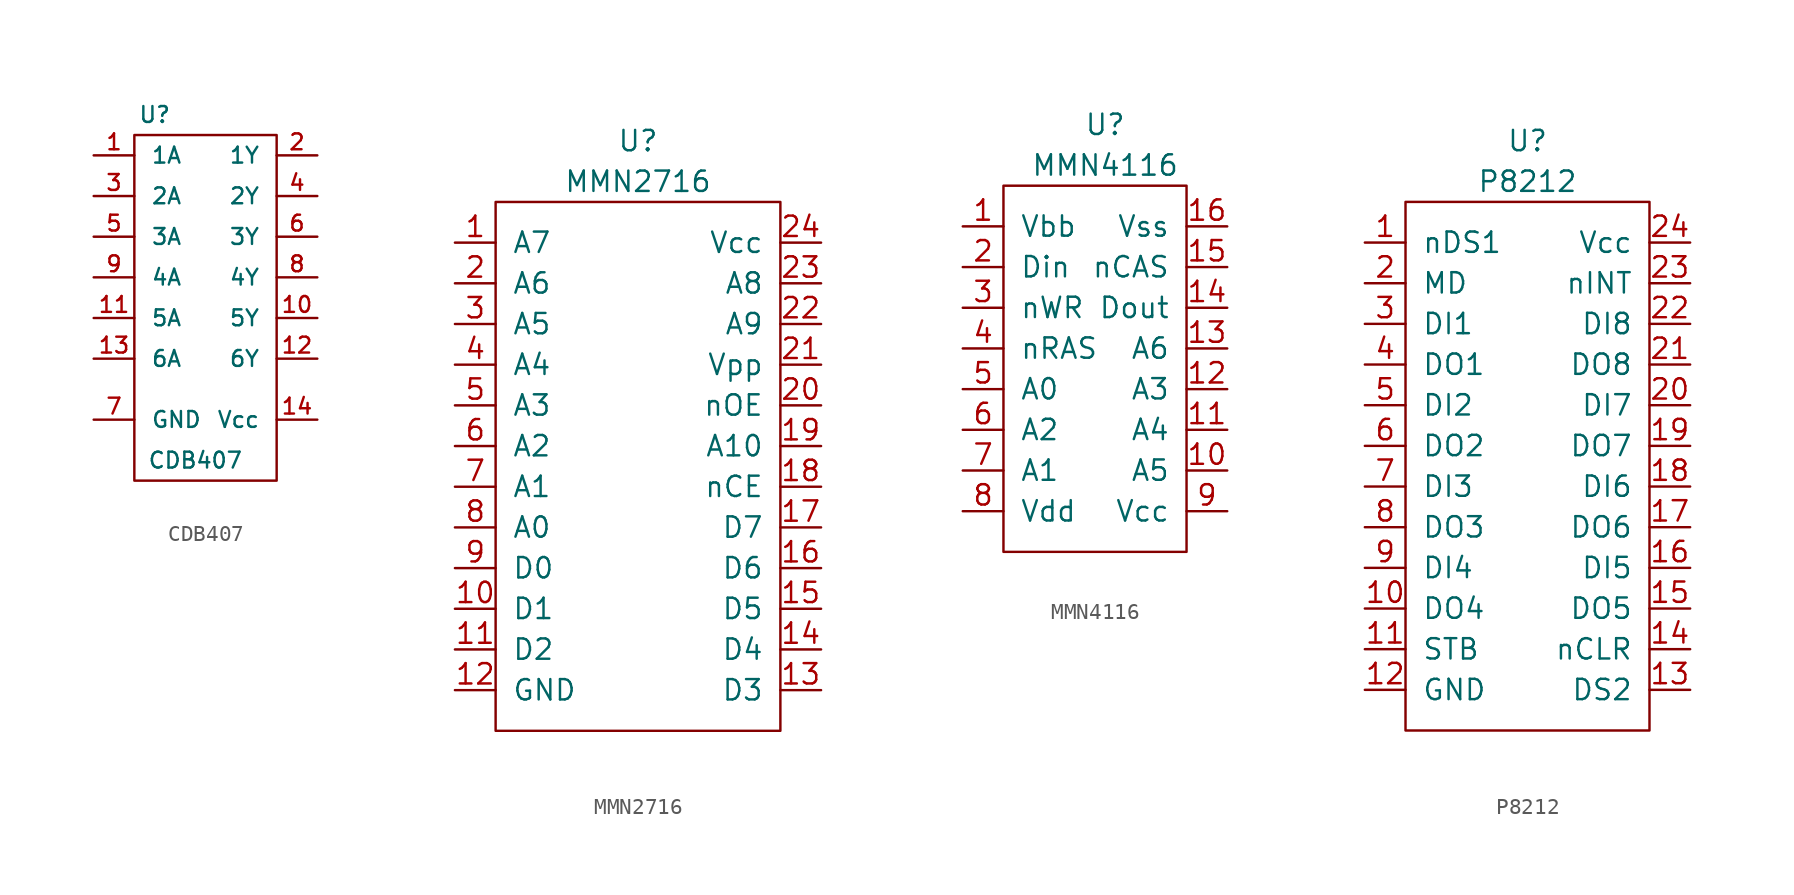
<source format=kicad_sym>
(kicad_symbol_lib
  (version 20220914)
  (generator kicad_symbol_editor)
  (symbol "CDB407"
    (pin_names
      (offset 1.016))
    (property "Reference" "U"
      (at -3.81 1.27 0)
      (effects (font (size 0.991 0.991))))
    (property "Value" "CDB407"
      (at -1.27 -20.32 0)
      (effects (font (size 0.991 0.991))))
    (symbol "CDB407_0_1"
      (rectangle (start -5.08 0) (end 3.81 -21.59) (stroke (width 0) (type solid)) (fill (type none))))
    (symbol "CDB407_1_1"
      (pin input line (at -7.62 -1.27 0) (length 2.54) (name "1A" (effects (font (size 0.991 0.991)))) (number "1" (effects (font (size 0.991 0.991)))))
      (pin open_collector line (at 6.35 -11.43 180) (length 2.54) (name "5Y" (effects (font (size 0.991 0.991)))) (number "10" (effects (font (size 0.991 0.991)))))
      (pin input line (at -7.62 -11.43 0) (length 2.54) (name "5A" (effects (font (size 0.991 0.991)))) (number "11" (effects (font (size 0.991 0.991)))))
      (pin open_collector line (at 6.35 -13.97 180) (length 2.54) (name "6Y" (effects (font (size 0.991 0.991)))) (number "12" (effects (font (size 0.991 0.991)))))
      (pin input line (at -7.62 -13.97 0) (length 2.54) (name "6A" (effects (font (size 0.991 0.991)))) (number "13" (effects (font (size 0.991 0.991)))))
      (pin power_in line (at 6.35 -17.78 180) (length 2.54) (name "Vcc" (effects (font (size 0.991 0.991)))) (number "14" (effects (font (size 0.991 0.991)))))
      (pin open_collector line (at 6.35 -1.27 180) (length 2.54) (name "1Y" (effects (font (size 0.991 0.991)))) (number "2" (effects (font (size 0.991 0.991)))))
      (pin input line (at -7.62 -3.81 0) (length 2.54) (name "2A" (effects (font (size 0.991 0.991)))) (number "3" (effects (font (size 0.991 0.991)))))
      (pin open_collector line (at 6.35 -3.81 180) (length 2.54) (name "2Y" (effects (font (size 0.991 0.991)))) (number "4" (effects (font (size 0.991 0.991)))))
      (pin input line (at -7.62 -6.35 0) (length 2.54) (name "3A" (effects (font (size 0.991 0.991)))) (number "5" (effects (font (size 0.991 0.991)))))
      (pin open_collector line (at 6.35 -6.35 180) (length 2.54) (name "3Y" (effects (font (size 0.991 0.991)))) (number "6" (effects (font (size 0.991 0.991)))))
      (pin power_in line (at -7.62 -17.78 0) (length 2.54) (name "GND" (effects (font (size 0.991 0.991)))) (number "7" (effects (font (size 0.991 0.991)))))
      (pin open_collector line (at 6.35 -8.89 180) (length 2.54) (name "4Y" (effects (font (size 0.991 0.991)))) (number "8" (effects (font (size 0.991 0.991)))))
      (pin input line (at -7.62 -8.89 0) (length 2.54) (name "4A" (effects (font (size 0.991 0.991)))) (number "9" (effects (font (size 0.991 0.991)))))))
  (symbol "MMN2716"
    (pin_names
      (offset 1.016))
    (property "Reference" "U"
      (at 0 0 0)
      (effects (font (size 1.27 1.27))))
    (property "Value" "MMN2716"
      (at 0 -2.54 0)
      (effects (font (size 1.27 1.27))))
    (symbol "MMN2716_0_1"
      (rectangle (start -8.89 -3.81) (end 8.89 -36.83) (stroke (width 0) (type solid)) (fill (type none))))
    (symbol "MMN2716_1_1"
      (pin input line (at -11.43 -6.35 0) (length 2.54) (name "A7" (effects (font (size 1.27 1.27)))) (number "1" (effects (font (size 1.27 1.27)))))
      (pin bidirectional line (at -11.43 -29.21 0) (length 2.54) (name "D1" (effects (font (size 1.27 1.27)))) (number "10" (effects (font (size 1.27 1.27)))))
      (pin bidirectional line (at -11.43 -31.75 0) (length 2.54) (name "D2" (effects (font (size 1.27 1.27)))) (number "11" (effects (font (size 1.27 1.27)))))
      (pin passive line (at -11.43 -34.29 0) (length 2.54) (name "GND" (effects (font (size 1.27 1.27)))) (number "12" (effects (font (size 1.27 1.27)))))
      (pin bidirectional line (at 11.43 -34.29 180) (length 2.54) (name "D3" (effects (font (size 1.27 1.27)))) (number "13" (effects (font (size 1.27 1.27)))))
      (pin bidirectional line (at 11.43 -31.75 180) (length 2.54) (name "D4" (effects (font (size 1.27 1.27)))) (number "14" (effects (font (size 1.27 1.27)))))
      (pin bidirectional line (at 11.43 -29.21 180) (length 2.54) (name "D5" (effects (font (size 1.27 1.27)))) (number "15" (effects (font (size 1.27 1.27)))))
      (pin bidirectional line (at 11.43 -26.67 180) (length 2.54) (name "D6" (effects (font (size 1.27 1.27)))) (number "16" (effects (font (size 1.27 1.27)))))
      (pin bidirectional line (at 11.43 -24.13 180) (length 2.54) (name "D7" (effects (font (size 1.27 1.27)))) (number "17" (effects (font (size 1.27 1.27)))))
      (pin input line (at 11.43 -21.59 180) (length 2.54) (name "nCE" (effects (font (size 1.27 1.27)))) (number "18" (effects (font (size 1.27 1.27)))))
      (pin input line (at 11.43 -19.05 180) (length 2.54) (name "A10" (effects (font (size 1.27 1.27)))) (number "19" (effects (font (size 1.27 1.27)))))
      (pin input line (at -11.43 -8.89 0) (length 2.54) (name "A6" (effects (font (size 1.27 1.27)))) (number "2" (effects (font (size 1.27 1.27)))))
      (pin input line (at 11.43 -16.51 180) (length 2.54) (name "nOE" (effects (font (size 1.27 1.27)))) (number "20" (effects (font (size 1.27 1.27)))))
      (pin input line (at 11.43 -13.97 180) (length 2.54) (name "Vpp" (effects (font (size 1.27 1.27)))) (number "21" (effects (font (size 1.27 1.27)))))
      (pin input line (at 11.43 -11.43 180) (length 2.54) (name "A9" (effects (font (size 1.27 1.27)))) (number "22" (effects (font (size 1.27 1.27)))))
      (pin input line (at 11.43 -8.89 180) (length 2.54) (name "A8" (effects (font (size 1.27 1.27)))) (number "23" (effects (font (size 1.27 1.27)))))
      (pin power_in line (at 11.43 -6.35 180) (length 2.54) (name "Vcc" (effects (font (size 1.27 1.27)))) (number "24" (effects (font (size 1.27 1.27)))))
      (pin input line (at -11.43 -11.43 0) (length 2.54) (name "A5" (effects (font (size 1.27 1.27)))) (number "3" (effects (font (size 1.27 1.27)))))
      (pin input line (at -11.43 -13.97 0) (length 2.54) (name "A4" (effects (font (size 1.27 1.27)))) (number "4" (effects (font (size 1.27 1.27)))))
      (pin input line (at -11.43 -16.51 0) (length 2.54) (name "A3" (effects (font (size 1.27 1.27)))) (number "5" (effects (font (size 1.27 1.27)))))
      (pin input line (at -11.43 -19.05 0) (length 2.54) (name "A2" (effects (font (size 1.27 1.27)))) (number "6" (effects (font (size 1.27 1.27)))))
      (pin input line (at -11.43 -21.59 0) (length 2.54) (name "A1" (effects (font (size 1.27 1.27)))) (number "7" (effects (font (size 1.27 1.27)))))
      (pin input line (at -11.43 -24.13 0) (length 2.54) (name "A0" (effects (font (size 1.27 1.27)))) (number "8" (effects (font (size 1.27 1.27)))))
      (pin bidirectional line (at -11.43 -26.67 0) (length 2.54) (name "D0" (effects (font (size 1.27 1.27)))) (number "9" (effects (font (size 1.27 1.27)))))))
  (symbol "MMN4116"
    (pin_names
      (offset 1.016))
    (property "Reference" "U"
      (at 0 0 0)
      (effects (font (size 1.27 1.27))))
    (property "Value" "MMN4116"
      (at 0 -2.54 0)
      (effects (font (size 1.27 1.27))))
    (symbol "MMN4116_0_1"
      (rectangle (start -6.35 -3.81) (end 5.08 -26.67) (stroke (width 0) (type solid)) (fill (type none))))
    (symbol "MMN4116_1_1"
      (pin power_in line (at -8.89 -6.35 0) (length 2.54) (name "Vbb" (effects (font (size 1.27 1.27)))) (number "1" (effects (font (size 1.27 1.27)))))
      (pin input line (at 7.62 -21.59 180) (length 2.54) (name "A5" (effects (font (size 1.27 1.27)))) (number "10" (effects (font (size 1.27 1.27)))))
      (pin input line (at 7.62 -19.05 180) (length 2.54) (name "A4" (effects (font (size 1.27 1.27)))) (number "11" (effects (font (size 1.27 1.27)))))
      (pin input line (at 7.62 -16.51 180) (length 2.54) (name "A3" (effects (font (size 1.27 1.27)))) (number "12" (effects (font (size 1.27 1.27)))))
      (pin input line (at 7.62 -13.97 180) (length 2.54) (name "A6" (effects (font (size 1.27 1.27)))) (number "13" (effects (font (size 1.27 1.27)))))
      (pin bidirectional line (at 7.62 -11.43 180) (length 2.54) (name "Dout" (effects (font (size 1.27 1.27)))) (number "14" (effects (font (size 1.27 1.27)))))
      (pin input line (at 7.62 -8.89 180) (length 2.54) (name "nCAS" (effects (font (size 1.27 1.27)))) (number "15" (effects (font (size 1.27 1.27)))))
      (pin passive line (at 7.62 -6.35 180) (length 2.54) (name "Vss" (effects (font (size 1.27 1.27)))) (number "16" (effects (font (size 1.27 1.27)))))
      (pin bidirectional line (at -8.89 -8.89 0) (length 2.54) (name "Din" (effects (font (size 1.27 1.27)))) (number "2" (effects (font (size 1.27 1.27)))))
      (pin input line (at -8.89 -11.43 0) (length 2.54) (name "nWR" (effects (font (size 1.27 1.27)))) (number "3" (effects (font (size 1.27 1.27)))))
      (pin input line (at -8.89 -13.97 0) (length 2.54) (name "nRAS" (effects (font (size 1.27 1.27)))) (number "4" (effects (font (size 1.27 1.27)))))
      (pin input line (at -8.89 -16.51 0) (length 2.54) (name "A0" (effects (font (size 1.27 1.27)))) (number "5" (effects (font (size 1.27 1.27)))))
      (pin input line (at -8.89 -19.05 0) (length 2.54) (name "A2" (effects (font (size 1.27 1.27)))) (number "6" (effects (font (size 1.27 1.27)))))
      (pin input line (at -8.89 -21.59 0) (length 2.54) (name "A1" (effects (font (size 1.27 1.27)))) (number "7" (effects (font (size 1.27 1.27)))))
      (pin power_in line (at -8.89 -24.13 0) (length 2.54) (name "Vdd" (effects (font (size 1.27 1.27)))) (number "8" (effects (font (size 1.27 1.27)))))
      (pin power_in line (at 7.62 -24.13 180) (length 2.54) (name "Vcc" (effects (font (size 1.27 1.27)))) (number "9" (effects (font (size 1.27 1.27)))))))
  (symbol "P8212"
    (pin_names
      (offset 1.016))
    (property "Reference" "U"
      (at 0 0 0)
      (effects (font (size 1.27 1.27))))
    (property "Value" "P8212"
      (at 0 -2.54 0)
      (effects (font (size 1.27 1.27))))
    (symbol "P8212_0_1"
      (rectangle (start -7.62 -3.81) (end 7.62 -36.83) (stroke (width 0) (type solid)) (fill (type none))))
    (symbol "P8212_1_1"
      (pin input line (at -10.16 -6.35 0) (length 2.54) (name "nDS1" (effects (font (size 1.27 1.27)))) (number "1" (effects (font (size 1.27 1.27)))))
      (pin output line (at -10.16 -29.21 0) (length 2.54) (name "DO4" (effects (font (size 1.27 1.27)))) (number "10" (effects (font (size 1.27 1.27)))))
      (pin input line (at -10.16 -31.75 0) (length 2.54) (name "STB" (effects (font (size 1.27 1.27)))) (number "11" (effects (font (size 1.27 1.27)))))
      (pin power_out line (at -10.16 -34.29 0) (length 2.54) (name "GND" (effects (font (size 1.27 1.27)))) (number "12" (effects (font (size 1.27 1.27)))))
      (pin input line (at 10.16 -34.29 180) (length 2.54) (name "DS2" (effects (font (size 1.27 1.27)))) (number "13" (effects (font (size 1.27 1.27)))))
      (pin input line (at 10.16 -31.75 180) (length 2.54) (name "nCLR" (effects (font (size 1.27 1.27)))) (number "14" (effects (font (size 1.27 1.27)))))
      (pin output line (at 10.16 -29.21 180) (length 2.54) (name "DO5" (effects (font (size 1.27 1.27)))) (number "15" (effects (font (size 1.27 1.27)))))
      (pin input line (at 10.16 -26.67 180) (length 2.54) (name "DI5" (effects (font (size 1.27 1.27)))) (number "16" (effects (font (size 1.27 1.27)))))
      (pin output line (at 10.16 -24.13 180) (length 2.54) (name "DO6" (effects (font (size 1.27 1.27)))) (number "17" (effects (font (size 1.27 1.27)))))
      (pin input line (at 10.16 -21.59 180) (length 2.54) (name "DI6" (effects (font (size 1.27 1.27)))) (number "18" (effects (font (size 1.27 1.27)))))
      (pin output line (at 10.16 -19.05 180) (length 2.54) (name "DO7" (effects (font (size 1.27 1.27)))) (number "19" (effects (font (size 1.27 1.27)))))
      (pin input line (at -10.16 -8.89 0) (length 2.54) (name "MD" (effects (font (size 1.27 1.27)))) (number "2" (effects (font (size 1.27 1.27)))))
      (pin input line (at 10.16 -16.51 180) (length 2.54) (name "DI7" (effects (font (size 1.27 1.27)))) (number "20" (effects (font (size 1.27 1.27)))))
      (pin output line (at 10.16 -13.97 180) (length 2.54) (name "DO8" (effects (font (size 1.27 1.27)))) (number "21" (effects (font (size 1.27 1.27)))))
      (pin input line (at 10.16 -11.43 180) (length 2.54) (name "DI8" (effects (font (size 1.27 1.27)))) (number "22" (effects (font (size 1.27 1.27)))))
      (pin output line (at 10.16 -8.89 180) (length 2.54) (name "nINT" (effects (font (size 1.27 1.27)))) (number "23" (effects (font (size 1.27 1.27)))))
      (pin power_in line (at 10.16 -6.35 180) (length 2.54) (name "Vcc" (effects (font (size 1.27 1.27)))) (number "24" (effects (font (size 1.27 1.27)))))
      (pin input line (at -10.16 -11.43 0) (length 2.54) (name "DI1" (effects (font (size 1.27 1.27)))) (number "3" (effects (font (size 1.27 1.27)))))
      (pin output line (at -10.16 -13.97 0) (length 2.54) (name "DO1" (effects (font (size 1.27 1.27)))) (number "4" (effects (font (size 1.27 1.27)))))
      (pin input line (at -10.16 -16.51 0) (length 2.54) (name "DI2" (effects (font (size 1.27 1.27)))) (number "5" (effects (font (size 1.27 1.27)))))
      (pin output line (at -10.16 -19.05 0) (length 2.54) (name "DO2" (effects (font (size 1.27 1.27)))) (number "6" (effects (font (size 1.27 1.27)))))
      (pin input line (at -10.16 -21.59 0) (length 2.54) (name "DI3" (effects (font (size 1.27 1.27)))) (number "7" (effects (font (size 1.27 1.27)))))
      (pin output line (at -10.16 -24.13 0) (length 2.54) (name "DO3" (effects (font (size 1.27 1.27)))) (number "8" (effects (font (size 1.27 1.27)))))
      (pin input line (at -10.16 -26.67 0) (length 2.54) (name "DI4" (effects (font (size 1.27 1.27)))) (number "9" (effects (font (size 1.27 1.27))))))))
</source>
